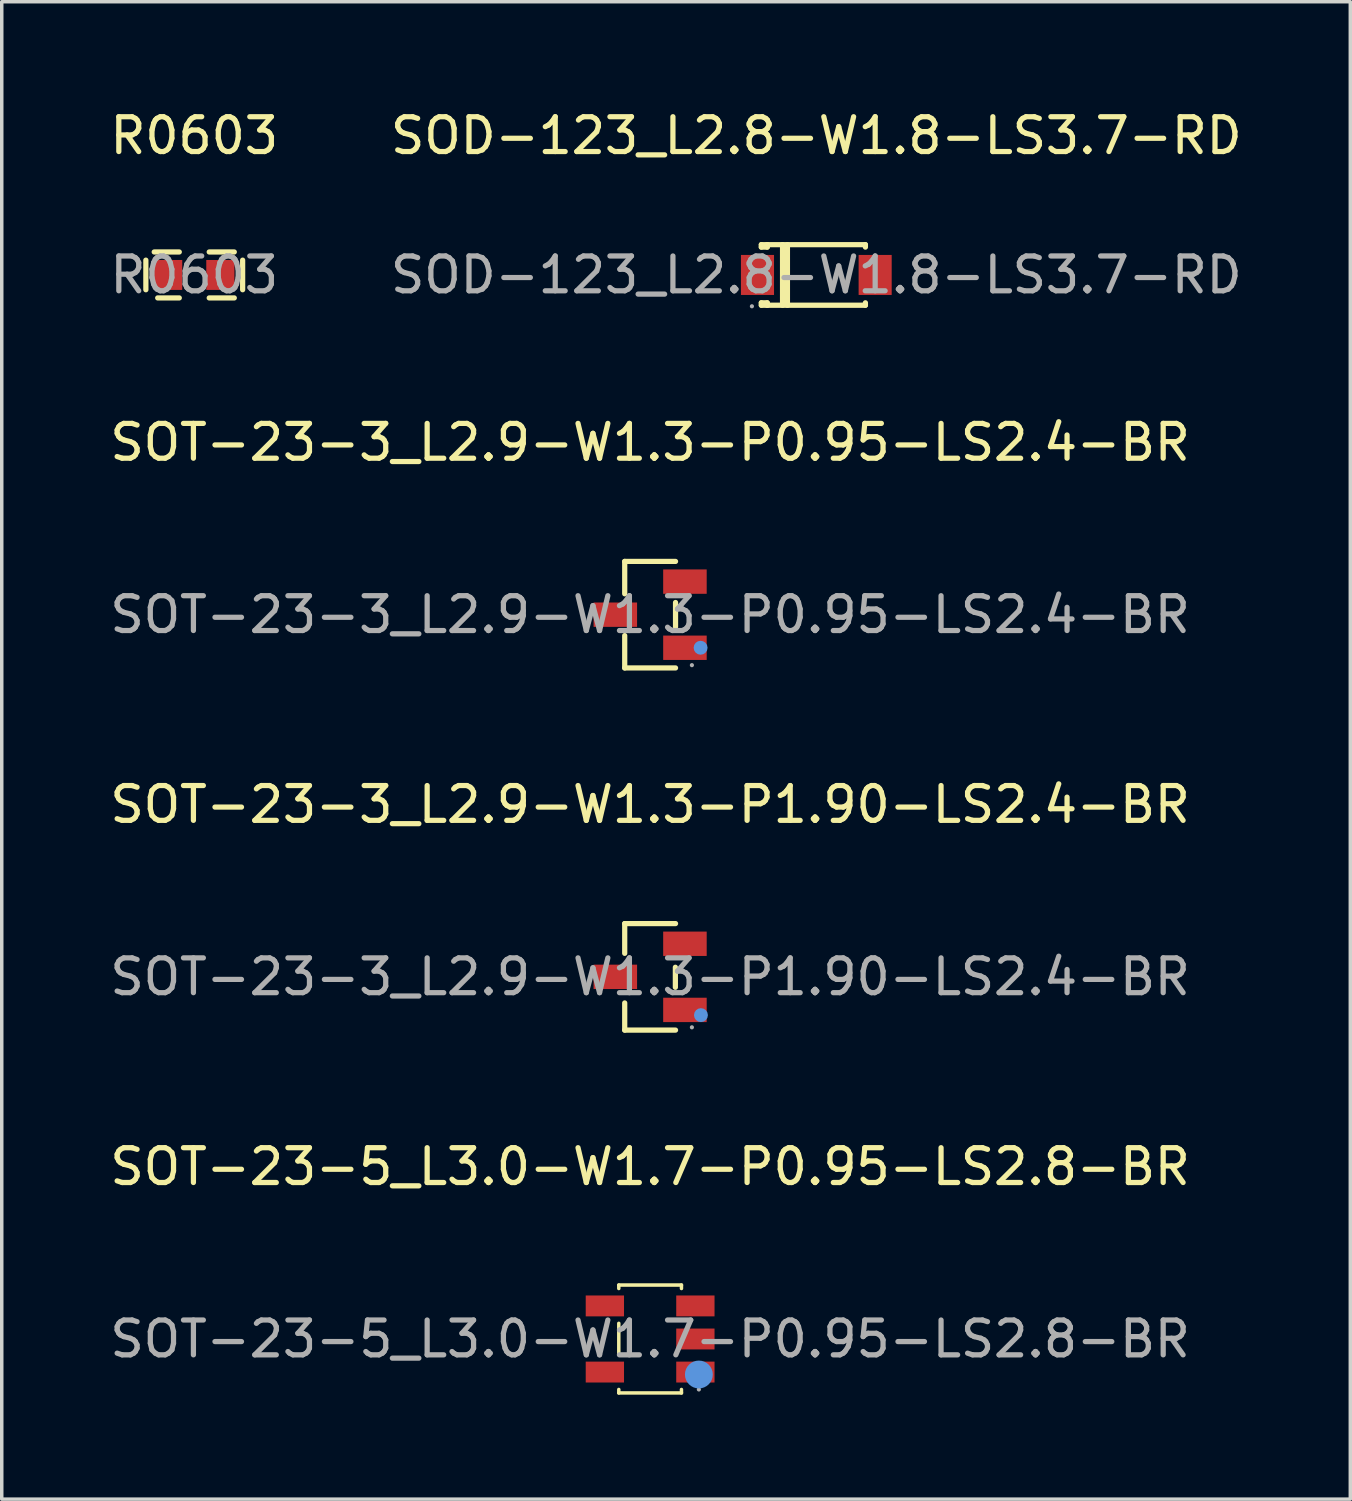
<source format=kicad_pcb>
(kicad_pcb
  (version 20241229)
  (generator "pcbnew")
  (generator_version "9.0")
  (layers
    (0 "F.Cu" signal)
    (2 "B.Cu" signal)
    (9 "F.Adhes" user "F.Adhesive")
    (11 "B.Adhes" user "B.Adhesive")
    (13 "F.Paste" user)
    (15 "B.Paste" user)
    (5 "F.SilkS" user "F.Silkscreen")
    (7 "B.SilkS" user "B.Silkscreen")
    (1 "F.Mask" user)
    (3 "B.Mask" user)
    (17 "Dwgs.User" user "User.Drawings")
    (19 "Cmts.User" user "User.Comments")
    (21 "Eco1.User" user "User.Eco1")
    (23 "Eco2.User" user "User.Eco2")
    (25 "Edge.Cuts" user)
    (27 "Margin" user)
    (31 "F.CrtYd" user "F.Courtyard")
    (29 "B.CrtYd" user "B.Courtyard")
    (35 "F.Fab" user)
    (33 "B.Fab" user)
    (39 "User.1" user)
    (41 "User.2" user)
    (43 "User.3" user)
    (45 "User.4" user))
  (footprint "SOD-123_L2.8-W1.8-LS3.7-RD"
    (layer "F.Cu")
    (at 20.399 4.848)
    (property "Reference" "SOD-123_L2.8-W1.8-LS3.7-RD" (at 0 -4 0) (layer "F.SilkS") (effects (font (size 1 1) (thickness 0.15))))
    (attr smd)
    (fp_line (start -1.58 -0.87) (end -1.41 -0.87) (stroke (width 0.15) (type solid)) (layer "F.SilkS"))
    (fp_line (start -1.58 -0.8) (end -1.58 -0.87) (stroke (width 0.15) (type solid)) (layer "F.SilkS"))
    (fp_line (start -1.58 -0.8) (end -1.41 -0.8) (stroke (width 0.15) (type solid)) (layer "F.SilkS"))
    (fp_line (start -1.58 0.8) (end -1.41 0.8) (stroke (width 0.15) (type solid)) (layer "F.SilkS"))
    (fp_line (start -1.58 0.87) (end -1.58 0.8) (stroke (width 0.15) (type solid)) (layer "F.SilkS"))
    (fp_line (start -1.41 -0.87) (end -1.41 -0.8) (stroke (width 0.15) (type solid)) (layer "F.SilkS"))
    (fp_line (start -1.41 -0.87) (end 1.41 -0.87) (stroke (width 0.15) (type solid)) (layer "F.SilkS"))
    (fp_line (start -1.41 0.8) (end -1.41 0.87) (stroke (width 0.15) (type solid)) (layer "F.SilkS"))
    (fp_line (start -1.41 0.87) (end -1.58 0.87) (stroke (width 0.15) (type solid)) (layer "F.SilkS"))
    (fp_line (start -1.41 0.87) (end 1.41 0.87) (stroke (width 0.15) (type solid)) (layer "F.SilkS"))
    (fp_line (start -0.97 -0.87) (end -0.97 0.87) (stroke (width 0.15) (type solid)) (layer "F.SilkS"))
    (fp_line (start -0.83 -0.87) (end -0.83 0.87) (stroke (width 0.15) (type solid)) (layer "F.SilkS"))
    (fp_line (start 1.41 -0.87) (end 1.41 -0.8) (stroke (width 0.15) (type solid)) (layer "F.SilkS"))
    (fp_line (start 1.41 0.87) (end 1.41 0.8) (stroke (width 0.15) (type solid)) (layer "F.SilkS"))
    (fp_circle (center -1.85 0.9) (end -1.82 0.9) (stroke (width 0.06) (type solid)) (fill no) (layer "F.Fab"))
    (fp_text user "${REFERENCE}" (at 0 0 0) (layer "F.Fab") (effects (font (size 1 1) (thickness 0.15))))
    (pad "1" smd rect (at -1.69 0) (size 0.95 1.15) (layers "F.Cu" "F.Mask" "F.Paste"))
    (pad "2" smd rect (at 1.69 0) (size 0.95 1.15) (layers "F.Cu" "F.Mask" "F.Paste")))
  (footprint "SOT-23-5_L3.0-W1.7-P0.95-LS2.8-BR"
    (layer "F.Cu")
    (at 15.625 35.413)
    (property "Reference" "SOT-23-5_L3.0-W1.7-P0.95-LS2.8-BR" (at 0 -4.95 0) (layer "F.SilkS") (effects (font (size 1 1) (thickness 0.15))))
    (attr smd)
    (fp_line (start -0.9 -1.55) (end -0.9 -1.45) (stroke (width 0.1) (type solid)) (layer "F.SilkS"))
    (fp_line (start -0.9 -1.55) (end 0.9 -1.55) (stroke (width 0.1) (type solid)) (layer "F.SilkS"))
    (fp_line (start -0.9 -0.45) (end -0.9 0.45) (stroke (width 0.1) (type solid)) (layer "F.SilkS"))
    (fp_line (start -0.9 1.45) (end -0.9 1.55) (stroke (width 0.1) (type solid)) (layer "F.SilkS"))
    (fp_line (start -0.9 1.55) (end 0.9 1.55) (stroke (width 0.1) (type solid)) (layer "F.SilkS"))
    (fp_line (start 0.9 -1.55) (end 0.9 -1.45) (stroke (width 0.1) (type solid)) (layer "F.SilkS"))
    (fp_line (start 0.9 1.45) (end 0.9 1.55) (stroke (width 0.1) (type solid)) (layer "F.SilkS"))
    (fp_circle (center 1.4 1.02) (end 1.6 1.02) (stroke (width 0.4) (type solid)) (fill no) (layer "Cmts.User"))
    (fp_circle (center 1.4 1.45) (end 1.43 1.45) (stroke (width 0.06) (type solid)) (fill no) (layer "F.Fab"))
    (fp_text user "${REFERENCE}" (at 0 0 0) (layer "F.Fab") (effects (font (size 1 1) (thickness 0.15))))
    (pad "1" smd rect (at 1.3 0.95) (size 1.1 0.6) (layers "F.Cu" "F.Mask" "F.Paste"))
    (pad "2" smd rect (at 1.3 0) (size 1.1 0.6) (layers "F.Cu" "F.Mask" "F.Paste"))
    (pad "3" smd rect (at 1.3 -0.95) (size 1.1 0.6) (layers "F.Cu" "F.Mask" "F.Paste"))
    (pad "4" smd rect (at -1.3 -0.95) (size 1.1 0.6) (layers "F.Cu" "F.Mask" "F.Paste"))
    (pad "5" smd rect (at -1.3 0.95) (size 1.1 0.6) (layers "F.Cu" "F.Mask" "F.Paste")))
  (footprint "SOT-23-3_L2.9-W1.3-P0.95-LS2.4-BR"
    (layer "F.Cu")
    (at 15.625 14.607)
    (property "Reference" "SOT-23-3_L2.9-W1.3-P0.95-LS2.4-BR" (at 0 -4.95 0) (layer "F.SilkS") (effects (font (size 1 1) (thickness 0.15))))
    (attr smd)
    (fp_line (start -0.73 -1.53) (end -0.73 -0.6) (stroke (width 0.15) (type solid)) (layer "F.SilkS"))
    (fp_line (start -0.73 1.53) (end -0.73 0.6) (stroke (width 0.15) (type solid)) (layer "F.SilkS"))
    (fp_line (start 0.73 -1.53) (end -0.73 -1.53) (stroke (width 0.15) (type solid)) (layer "F.SilkS"))
    (fp_line (start 0.73 -0.35) (end 0.73 0.35) (stroke (width 0.15) (type solid)) (layer "F.SilkS"))
    (fp_line (start 0.73 1.53) (end -0.73 1.53) (stroke (width 0.15) (type solid)) (layer "F.SilkS"))
    (fp_circle (center 1.45 0.95) (end 1.55 0.95) (stroke (width 0.2) (type solid)) (fill no) (layer "Cmts.User"))
    (fp_circle (center 1.2 1.45) (end 1.23 1.45) (stroke (width 0.06) (type solid)) (fill no) (layer "F.Fab"))
    (fp_text user "${REFERENCE}" (at 0 0 0) (layer "F.Fab") (effects (font (size 1 1) (thickness 0.15))))
    (pad "1" smd rect (at 1 0.95) (size 1.25 0.7) (layers "F.Cu" "F.Mask" "F.Paste"))
    (pad "2" smd rect (at 1 -0.95) (size 1.25 0.7) (layers "F.Cu" "F.Mask" "F.Paste"))
    (pad "3" smd rect (at -1 0) (size 1.25 0.7) (layers "F.Cu" "F.Mask" "F.Paste")))
  (footprint "R0603"
    (layer "F.Cu")
    (at 2.53 4.848)
    (property "Reference" "R0603" (at 0 -4 0) (layer "F.SilkS") (effects (font (size 1 1) (thickness 0.15))))
    (attr smd)
    (fp_line (start -1.39 0.425) (end -1.39 -0.425) (stroke (width 0.15) (type solid)) (layer "F.SilkS"))
    (fp_line (start -1.15 -0.66) (end -0.43 -0.66) (stroke (width 0.15) (type solid)) (layer "F.SilkS"))
    (fp_line (start -0.43 0.66) (end -1.05 0.66) (stroke (width 0.15) (type solid)) (layer "F.SilkS"))
    (fp_line (start 0.43 0.66) (end 1.15 0.66) (stroke (width 0.15) (type solid)) (layer "F.SilkS"))
    (fp_line (start 1.15 -0.66) (end 0.43 -0.66) (stroke (width 0.15) (type solid)) (layer "F.SilkS"))
    (fp_line (start 1.39 0.425) (end 1.39 -0.425) (stroke (width 0.15) (type solid)) (layer "F.SilkS"))
    (fp_circle (center -0.8 0.4) (end -0.77 0.4) (stroke (width 0.06) (type solid)) (fill no) (layer "F.Fab"))
    (fp_text user "${REFERENCE}" (at 0 0 0) (layer "F.Fab") (effects (font (size 1 1) (thickness 0.15))))
    (pad "1" smd rect (at -0.75 0) (size 0.81 0.86) (layers "F.Cu" "F.Mask" "F.Paste"))
    (pad "2" smd rect (at 0.75 0) (size 0.81 0.86) (layers "F.Cu" "F.Mask" "F.Paste")))
  (footprint "SOT-23-3_L2.9-W1.3-P1.90-LS2.4-BR"
    (layer "F.Cu")
    (at 15.625 25.01)
    (property "Reference" "SOT-23-3_L2.9-W1.3-P1.90-LS2.4-BR" (at 0 -4.95 0) (layer "F.SilkS") (effects (font (size 1 1) (thickness 0.15))))
    (attr smd)
    (fp_line (start -0.73 -1.53) (end -0.73 -0.675) (stroke (width 0.15) (type solid)) (layer "F.SilkS"))
    (fp_line (start -0.73 1.53) (end -0.73 0.75) (stroke (width 0.15) (type solid)) (layer "F.SilkS"))
    (fp_line (start 0.725 -0.275) (end 0.725 0.3) (stroke (width 0.15) (type solid)) (layer "F.SilkS"))
    (fp_line (start 0.73 -1.53) (end -0.73 -1.53) (stroke (width 0.15) (type solid)) (layer "F.SilkS"))
    (fp_line (start 0.73 1.53) (end -0.73 1.53) (stroke (width 0.15) (type solid)) (layer "F.SilkS"))
    (fp_circle (center 1.46 1.1) (end 1.56 1.1) (stroke (width 0.2) (type solid)) (fill no) (layer "Cmts.User"))
    (fp_circle (center 1.2 1.45) (end 1.23 1.45) (stroke (width 0.06) (type solid)) (fill no) (layer "F.Fab"))
    (fp_text user "${REFERENCE}" (at 0 0 0) (layer "F.Fab") (effects (font (size 1 1) (thickness 0.15))))
    (pad "1" smd rect (at 1 0.95) (size 1.25 0.7) (layers "F.Cu" "F.Mask" "F.Paste"))
    (pad "2" smd rect (at 1 -0.95) (size 1.25 0.7) (layers "F.Cu" "F.Mask" "F.Paste"))
    (pad "3" smd rect (at -1 0) (size 1.25 0.7) (layers "F.Cu" "F.Mask" "F.Paste")))
  (gr_rect
    (start -3 -3)
    (end 35.738 40.013)
    (stroke (width 0.1) (type default))
    (fill no)
    (layer "Edge.Cuts")))
</source>
